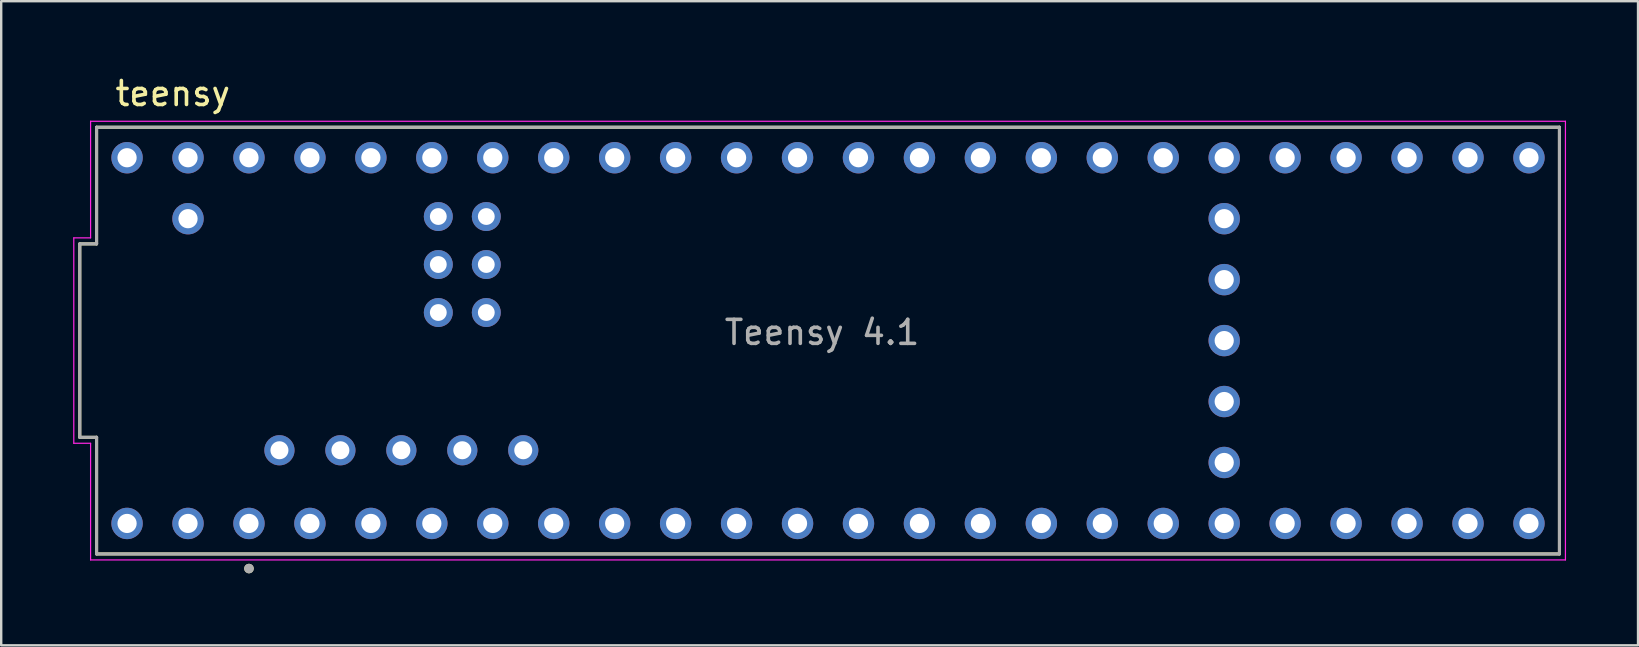
<source format=kicad_pcb>
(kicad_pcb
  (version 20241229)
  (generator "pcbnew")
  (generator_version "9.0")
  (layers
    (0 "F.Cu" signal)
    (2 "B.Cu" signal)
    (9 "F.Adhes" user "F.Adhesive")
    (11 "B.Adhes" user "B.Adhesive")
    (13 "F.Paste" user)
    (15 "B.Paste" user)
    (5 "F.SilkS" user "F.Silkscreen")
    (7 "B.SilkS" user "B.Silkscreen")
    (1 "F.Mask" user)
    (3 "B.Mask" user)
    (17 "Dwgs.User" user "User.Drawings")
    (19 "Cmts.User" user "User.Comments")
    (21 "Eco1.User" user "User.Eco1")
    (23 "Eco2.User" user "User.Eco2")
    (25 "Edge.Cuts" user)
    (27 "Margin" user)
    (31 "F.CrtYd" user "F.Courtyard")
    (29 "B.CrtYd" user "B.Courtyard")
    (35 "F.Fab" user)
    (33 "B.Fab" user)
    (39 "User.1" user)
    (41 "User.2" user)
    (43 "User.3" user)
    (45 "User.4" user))
  (footprint "teensy"
    (layer "F.Cu")
    (at 31.455 11.143)
    (property "Reference" "teensy" (at -27.305 -10.295 0) (layer "F.SilkS") (effects (font (size 1 1) (thickness 0.15))))
    (attr through_hole)
    (fp_line (start -31.18 4.03) (end -31.18 -4.03) (stroke (width 0.127) (type solid)) (layer "F.SilkS"))
    (fp_line (start -30.48 -8.89) (end -30.48 -4.03) (stroke (width 0.127) (type solid)) (layer "F.SilkS"))
    (fp_line (start -30.48 -8.89) (end 30.48 -8.89) (stroke (width 0.127) (type solid)) (layer "F.SilkS"))
    (fp_line (start -30.48 -4.03) (end -31.18 -4.03) (stroke (width 0.127) (type solid)) (layer "F.SilkS"))
    (fp_line (start -30.48 4.03) (end -31.18 4.03) (stroke (width 0.127) (type solid)) (layer "F.SilkS"))
    (fp_line (start -30.48 8.89) (end -30.48 4.03) (stroke (width 0.127) (type solid)) (layer "F.SilkS"))
    (fp_line (start 30.48 -8.89) (end 30.48 8.89) (stroke (width 0.127) (type solid)) (layer "F.SilkS"))
    (fp_line (start 30.48 8.89) (end -30.48 8.89) (stroke (width 0.127) (type solid)) (layer "F.SilkS"))
    (fp_circle (center -24.13 9.5) (end -24.03 9.5) (stroke (width 0.2) (type solid)) (fill no) (layer "F.SilkS"))
    (fp_line (start -31.43 4.28) (end -31.43 -4.28) (stroke (width 0.05) (type solid)) (layer "F.CrtYd"))
    (fp_line (start -30.73 -9.14) (end -30.73 -4.28) (stroke (width 0.05) (type solid)) (layer "F.CrtYd"))
    (fp_line (start -30.73 -9.14) (end 30.73 -9.14) (stroke (width 0.05) (type solid)) (layer "F.CrtYd"))
    (fp_line (start -30.73 -4.28) (end -31.43 -4.28) (stroke (width 0.05) (type solid)) (layer "F.CrtYd"))
    (fp_line (start -30.73 4.28) (end -31.43 4.28) (stroke (width 0.05) (type solid)) (layer "F.CrtYd"))
    (fp_line (start -30.73 9.14) (end -30.73 4.28) (stroke (width 0.05) (type solid)) (layer "F.CrtYd"))
    (fp_line (start 30.73 -9.14) (end 30.73 9.14) (stroke (width 0.05) (type solid)) (layer "F.CrtYd"))
    (fp_line (start 30.73 9.14) (end -30.73 9.14) (stroke (width 0.05) (type solid)) (layer "F.CrtYd"))
    (fp_line (start -31.18 4.03) (end -31.18 -4.03) (stroke (width 0.127) (type solid)) (layer "F.Fab"))
    (fp_line (start -30.48 -8.89) (end -30.48 -4.03) (stroke (width 0.127) (type solid)) (layer "F.Fab"))
    (fp_line (start -30.48 -8.89) (end 30.48 -8.89) (stroke (width 0.127) (type solid)) (layer "F.Fab"))
    (fp_line (start -30.48 -4.03) (end -31.18 -4.03) (stroke (width 0.127) (type solid)) (layer "F.Fab"))
    (fp_line (start -30.48 4.03) (end -31.18 4.03) (stroke (width 0.127) (type solid)) (layer "F.Fab"))
    (fp_line (start -30.48 8.89) (end -30.48 4.03) (stroke (width 0.127) (type solid)) (layer "F.Fab"))
    (fp_line (start 30.48 -8.89) (end 30.48 8.89) (stroke (width 0.127) (type solid)) (layer "F.Fab"))
    (fp_line (start 30.48 8.89) (end -30.48 8.89) (stroke (width 0.127) (type solid)) (layer "F.Fab"))
    (fp_circle (center -24.13 9.5) (end -24.03 9.5) (stroke (width 0.2) (type solid)) (fill no) (layer "F.Fab"))
    (fp_text user "Teensy 4.1" (at -0.25 -0.34 0) (layer "F.Fab") (effects (font (size 1 1) (thickness 0.15))))
    (pad "0" thru_hole circle (at -26.67 7.62) (size 1.308 1.308) (drill 0.8) (layers "*.Cu" "*.Mask"))
    (pad "1" thru_hole circle (at -24.13 7.62) (size 1.308 1.308) (drill 0.8) (layers "*.Cu" "*.Mask"))
    (pad "2" thru_hole circle (at -21.59 7.62) (size 1.308 1.308) (drill 0.8) (layers "*.Cu" "*.Mask"))
    (pad "3" thru_hole circle (at -19.05 7.62) (size 1.308 1.308) (drill 0.8) (layers "*.Cu" "*.Mask"))
    (pad "3.3V_1" thru_hole circle (at 6.35 7.62) (size 1.308 1.308) (drill 0.8) (layers "*.Cu" "*.Mask"))
    (pad "3.3V_2" thru_hole circle (at -24.13 -7.62) (size 1.308 1.308) (drill 0.8) (layers "*.Cu" "*.Mask"))
    (pad "3.3V_3" thru_hole circle (at 16.51 2.54) (size 1.308 1.308) (drill 0.8) (layers "*.Cu" "*.Mask"))
    (pad "4" thru_hole circle (at -16.51 7.62) (size 1.308 1.308) (drill 0.8) (layers "*.Cu" "*.Mask"))
    (pad "5" thru_hole circle (at -13.97 7.62) (size 1.308 1.308) (drill 0.8) (layers "*.Cu" "*.Mask"))
    (pad "5V" thru_hole circle (at -22.86 4.57) (size 1.258 1.258) (drill 0.75) (layers "*.Cu" "*.Mask"))
    (pad "6" thru_hole circle (at -11.43 7.62) (size 1.308 1.308) (drill 0.8) (layers "*.Cu" "*.Mask"))
    (pad "7" thru_hole circle (at -8.89 7.62) (size 1.308 1.308) (drill 0.8) (layers "*.Cu" "*.Mask"))
    (pad "8" thru_hole circle (at -6.35 7.62) (size 1.308 1.308) (drill 0.8) (layers "*.Cu" "*.Mask"))
    (pad "9" thru_hole circle (at -3.81 7.62) (size 1.308 1.308) (drill 0.8) (layers "*.Cu" "*.Mask"))
    (pad "10" thru_hole circle (at -1.27 7.62) (size 1.308 1.308) (drill 0.8) (layers "*.Cu" "*.Mask"))
    (pad "11" thru_hole circle (at 1.27 7.62) (size 1.308 1.308) (drill 0.8) (layers "*.Cu" "*.Mask"))
    (pad "12" thru_hole circle (at 3.81 7.62) (size 1.308 1.308) (drill 0.8) (layers "*.Cu" "*.Mask"))
    (pad "13" thru_hole circle (at 3.81 -7.62) (size 1.308 1.308) (drill 0.8) (layers "*.Cu" "*.Mask"))
    (pad "14" thru_hole circle (at 1.27 -7.62) (size 1.308 1.308) (drill 0.8) (layers "*.Cu" "*.Mask"))
    (pad "15" thru_hole circle (at -1.27 -7.62) (size 1.308 1.308) (drill 0.8) (layers "*.Cu" "*.Mask"))
    (pad "16" thru_hole circle (at -3.81 -7.62) (size 1.308 1.308) (drill 0.8) (layers "*.Cu" "*.Mask"))
    (pad "17" thru_hole circle (at -6.35 -7.62) (size 1.308 1.308) (drill 0.8) (layers "*.Cu" "*.Mask"))
    (pad "18" thru_hole circle (at -8.89 -7.62) (size 1.308 1.308) (drill 0.8) (layers "*.Cu" "*.Mask"))
    (pad "19" thru_hole circle (at -11.43 -7.62) (size 1.308 1.308) (drill 0.8) (layers "*.Cu" "*.Mask"))
    (pad "20" thru_hole circle (at -13.97 -7.62) (size 1.308 1.308) (drill 0.8) (layers "*.Cu" "*.Mask"))
    (pad "21" thru_hole circle (at -16.51 -7.62) (size 1.308 1.308) (drill 0.8) (layers "*.Cu" "*.Mask"))
    (pad "22" thru_hole circle (at -19.05 -7.62) (size 1.308 1.308) (drill 0.8) (layers "*.Cu" "*.Mask"))
    (pad "23" thru_hole circle (at -21.59 -7.62) (size 1.308 1.308) (drill 0.8) (layers "*.Cu" "*.Mask"))
    (pad "24" thru_hole circle (at 8.89 7.62) (size 1.308 1.308) (drill 0.8) (layers "*.Cu" "*.Mask"))
    (pad "25" thru_hole circle (at 11.43 7.62) (size 1.308 1.308) (drill 0.8) (layers "*.Cu" "*.Mask"))
    (pad "26" thru_hole circle (at 13.97 7.62) (size 1.308 1.308) (drill 0.8) (layers "*.Cu" "*.Mask"))
    (pad "27" thru_hole circle (at 16.51 7.62) (size 1.308 1.308) (drill 0.8) (layers "*.Cu" "*.Mask"))
    (pad "28" thru_hole circle (at 19.05 7.62) (size 1.308 1.308) (drill 0.8) (layers "*.Cu" "*.Mask"))
    (pad "29" thru_hole circle (at 21.59 7.62) (size 1.308 1.308) (drill 0.8) (layers "*.Cu" "*.Mask"))
    (pad "30" thru_hole circle (at 24.13 7.62) (size 1.308 1.308) (drill 0.8) (layers "*.Cu" "*.Mask"))
    (pad "31" thru_hole circle (at 26.67 7.62) (size 1.308 1.308) (drill 0.8) (layers "*.Cu" "*.Mask"))
    (pad "32" thru_hole circle (at 29.21 7.62) (size 1.308 1.308) (drill 0.8) (layers "*.Cu" "*.Mask"))
    (pad "33" thru_hole circle (at 29.21 -7.62) (size 1.308 1.308) (drill 0.8) (layers "*.Cu" "*.Mask"))
    (pad "34" thru_hole circle (at 26.67 -7.62) (size 1.308 1.308) (drill 0.8) (layers "*.Cu" "*.Mask"))
    (pad "35" thru_hole circle (at 24.13 -7.62) (size 1.308 1.308) (drill 0.8) (layers "*.Cu" "*.Mask"))
    (pad "36" thru_hole circle (at 21.59 -7.62) (size 1.308 1.308) (drill 0.8) (layers "*.Cu" "*.Mask"))
    (pad "37" thru_hole circle (at 19.05 -7.62) (size 1.308 1.308) (drill 0.8) (layers "*.Cu" "*.Mask"))
    (pad "38" thru_hole circle (at 16.51 -7.62) (size 1.308 1.308) (drill 0.8) (layers "*.Cu" "*.Mask"))
    (pad "39" thru_hole circle (at 13.97 -7.62) (size 1.308 1.308) (drill 0.8) (layers "*.Cu" "*.Mask"))
    (pad "40" thru_hole circle (at 11.43 -7.62) (size 1.308 1.308) (drill 0.8) (layers "*.Cu" "*.Mask"))
    (pad "41" thru_hole circle (at 8.89 -7.62) (size 1.308 1.308) (drill 0.8) (layers "*.Cu" "*.Mask"))
    (pad "D+" thru_hole circle (at -17.78 4.57) (size 1.258 1.258) (drill 0.75) (layers "*.Cu" "*.Mask"))
    (pad "D-" thru_hole circle (at -20.32 4.57) (size 1.258 1.258) (drill 0.75) (layers "*.Cu" "*.Mask"))
    (pad "GND1" thru_hole circle (at -29.21 7.62) (size 1.308 1.308) (drill 0.8) (layers "*.Cu" "*.Mask"))
    (pad "GND2" thru_hole circle (at 6.35 -7.62) (size 1.308 1.308) (drill 0.8) (layers "*.Cu" "*.Mask"))
    (pad "GND3" thru_hole circle (at -26.67 -7.62) (size 1.308 1.308) (drill 0.8) (layers "*.Cu" "*.Mask"))
    (pad "GND4" thru_hole circle (at 16.51 0) (size 1.308 1.308) (drill 0.8) (layers "*.Cu" "*.Mask"))
    (pad "GND5" thru_hole circle (at -14.24 -3.17) (size 1.208 1.208) (drill 0.7) (layers "*.Cu" "*.Mask"))
    (pad "LED" thru_hole circle (at -16.24 -3.17) (size 1.208 1.208) (drill 0.7) (layers "*.Cu" "*.Mask"))
    (pad "ON/OFF" thru_hole circle (at 16.51 -5.08) (size 1.308 1.308) (drill 0.8) (layers "*.Cu" "*.Mask"))
    (pad "PROGRAM" thru_hole circle (at 16.51 -2.54) (size 1.308 1.308) (drill 0.8) (layers "*.Cu" "*.Mask"))
    (pad "R+" thru_hole circle (at -16.24 -5.17) (size 1.208 1.208) (drill 0.7) (layers "*.Cu" "*.Mask"))
    (pad "R-" thru_hole circle (at -14.24 -5.17) (size 1.208 1.208) (drill 0.7) (layers "*.Cu" "*.Mask"))
    (pad "T+" thru_hole circle (at -14.24 -1.17) (size 1.208 1.208) (drill 0.7) (layers "*.Cu" "*.Mask"))
    (pad "T-" thru_hole circle (at -16.24 -1.17) (size 1.208 1.208) (drill 0.7) (layers "*.Cu" "*.Mask"))
    (pad "USB_GND1" thru_hole circle (at -15.24 4.57) (size 1.258 1.258) (drill 0.75) (layers "*.Cu" "*.Mask"))
    (pad "USB_GND2" thru_hole circle (at -12.7 4.57) (size 1.258 1.258) (drill 0.75) (layers "*.Cu" "*.Mask"))
    (pad "VBAT" thru_hole circle (at 16.51 5.08) (size 1.308 1.308) (drill 0.8) (layers "*.Cu" "*.Mask"))
    (pad "VIN" thru_hole circle (at -29.21 -7.62) (size 1.308 1.308) (drill 0.8) (layers "*.Cu" "*.Mask"))
    (pad "VUSB" thru_hole circle (at -26.67 -5.08) (size 1.308 1.308) (drill 0.8) (layers "*.Cu" "*.Mask")))
  (gr_rect
    (start -3 -3)
    (end 65.21 23.843)
    (stroke (width 0.1) (type default))
    (fill no)
    (layer "Edge.Cuts")))
</source>
